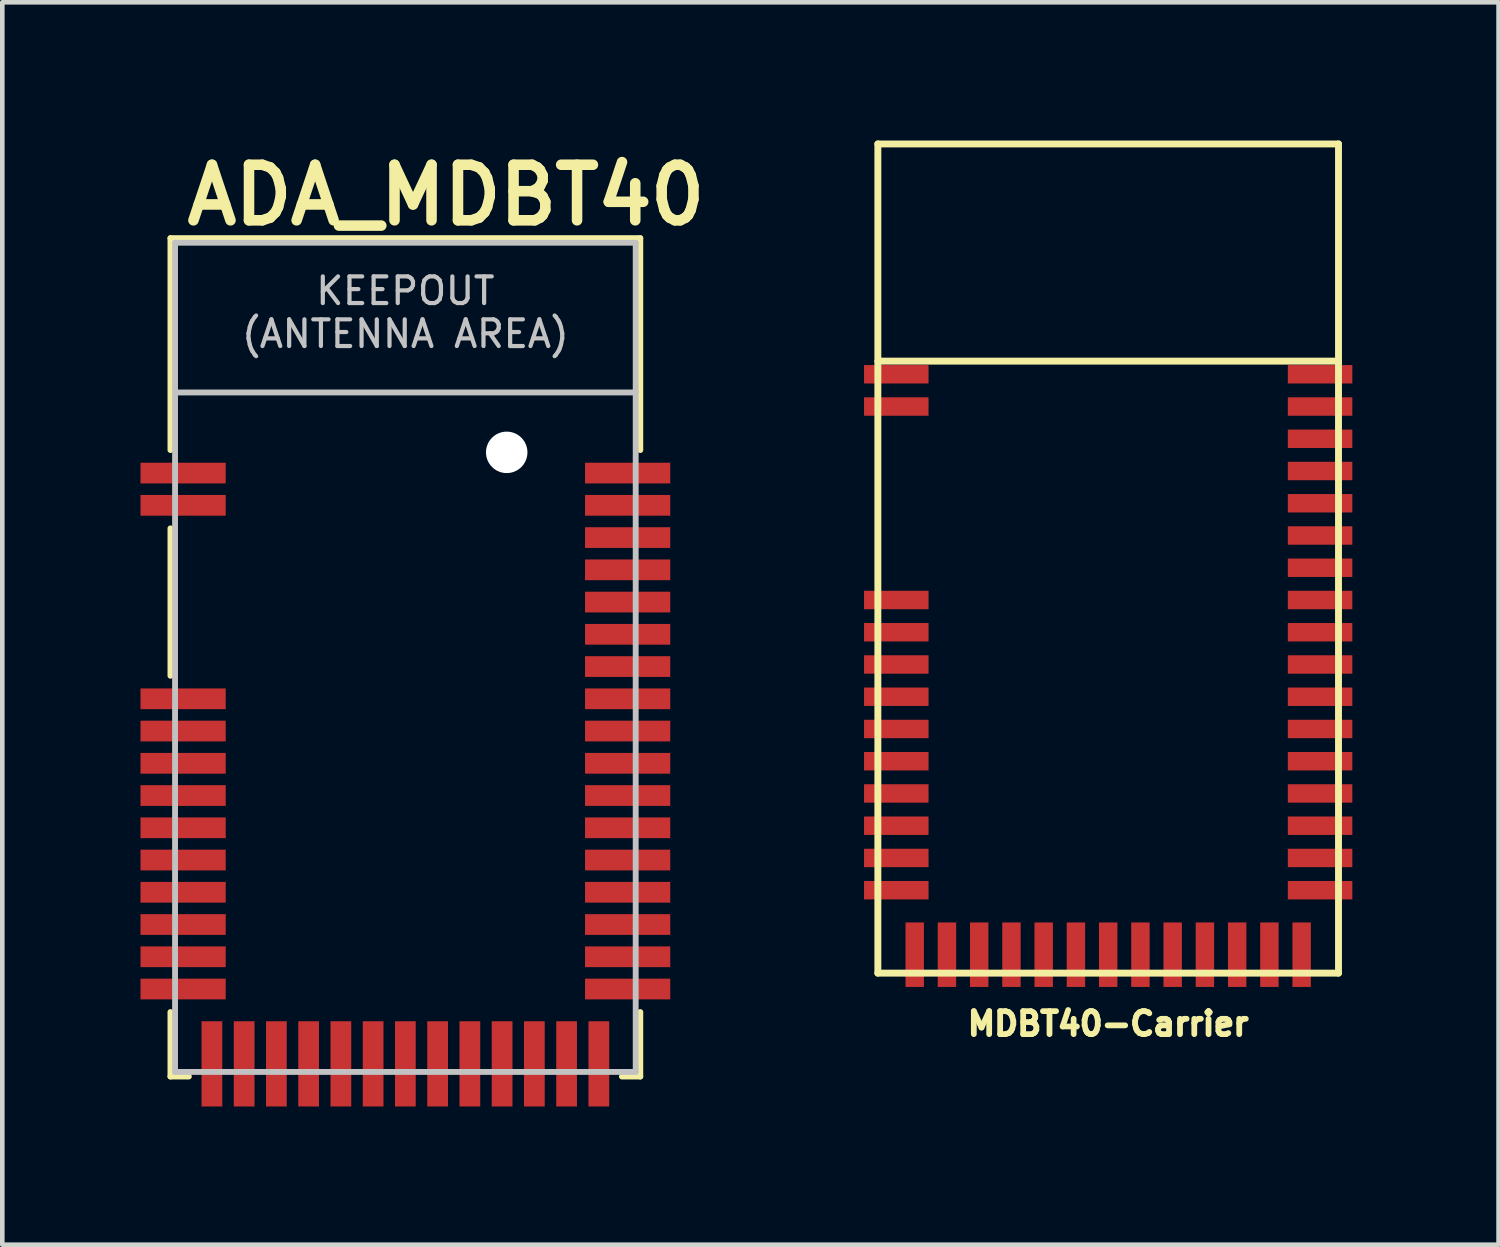
<source format=kicad_pcb>
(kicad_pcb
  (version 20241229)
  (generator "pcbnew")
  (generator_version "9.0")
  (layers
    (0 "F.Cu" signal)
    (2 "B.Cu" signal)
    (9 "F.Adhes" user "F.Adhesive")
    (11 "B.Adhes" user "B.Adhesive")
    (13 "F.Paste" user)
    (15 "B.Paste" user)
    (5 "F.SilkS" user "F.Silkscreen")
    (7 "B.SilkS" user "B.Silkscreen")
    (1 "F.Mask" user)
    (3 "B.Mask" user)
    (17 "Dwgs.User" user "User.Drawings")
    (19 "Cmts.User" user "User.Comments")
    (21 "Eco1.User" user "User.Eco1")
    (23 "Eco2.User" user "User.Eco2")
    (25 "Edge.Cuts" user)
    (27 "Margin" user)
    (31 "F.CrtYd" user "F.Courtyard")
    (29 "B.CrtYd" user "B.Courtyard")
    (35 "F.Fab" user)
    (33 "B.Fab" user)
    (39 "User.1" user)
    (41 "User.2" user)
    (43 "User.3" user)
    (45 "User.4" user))
  (footprint "ADA_MDBT40"
    (layer "F.Cu")
    (at 5.75 11.22)
    (property "Reference" "ADA_MDBT40" (at -4.866 -9.328 0) (layer "F.SilkS") (effects (font (size 1.206 1.206) (thickness 0.229)) (justify left bottom)))
    (attr through_hole)
    (fp_line (start -5.1 -9.1) (end 5.1 -9.1) (stroke (width 0.127) (type solid)) (layer "F.SilkS"))
    (fp_line (start -5.1 -4.5) (end -5.1 -9.1) (stroke (width 0.127) (type solid)) (layer "F.SilkS"))
    (fp_line (start -5.1 -2.8) (end -5.1 0.4) (stroke (width 0.127) (type solid)) (layer "F.SilkS"))
    (fp_line (start -5.1 7.7) (end -5.1 9.1) (stroke (width 0.127) (type solid)) (layer "F.SilkS"))
    (fp_line (start -5.1 9.1) (end -4.7 9.1) (stroke (width 0.127) (type solid)) (layer "F.SilkS"))
    (fp_line (start 4.7 9.1) (end 5.1 9.1) (stroke (width 0.127) (type solid)) (layer "F.SilkS"))
    (fp_line (start 5.1 -9.1) (end 5.1 -4.5) (stroke (width 0.127) (type solid)) (layer "F.SilkS"))
    (fp_line (start 5.1 9.1) (end 5.1 7.7) (stroke (width 0.127) (type solid)) (layer "F.SilkS"))
    (fp_line (start -5 -9) (end 5 -9) (stroke (width 0.127) (type solid)) (layer "Dwgs.User"))
    (fp_line (start -5 -5.75) (end -5 -9) (stroke (width 0.127) (type solid)) (layer "Dwgs.User"))
    (fp_line (start -5 -5.75) (end 5 -5.75) (stroke (width 0.127) (type solid)) (layer "Dwgs.User"))
    (fp_line (start -5 9) (end -5 -5.75) (stroke (width 0.127) (type solid)) (layer "Dwgs.User"))
    (fp_line (start 5 -9) (end 5 -5.75) (stroke (width 0.127) (type solid)) (layer "Dwgs.User"))
    (fp_line (start 5 -5.75) (end 5 9) (stroke (width 0.127) (type solid)) (layer "Dwgs.User"))
    (fp_line (start 5 9) (end -5 9) (stroke (width 0.127) (type solid)) (layer "Dwgs.User"))
    (fp_text user "KEEPOUT\n(ANTENNA AREA)" (at 0 -7.488 0) (layer "Dwgs.User") (effects (font (size 0.579 0.579) (thickness 0.091))))
    (pad "" np_thru_hole circle (at 2.2 -4.45) (size 0.9 0.9) (drill 0.9) (layers "*.Cu"))
    (pad "1" smd rect (at -4.825 -4) (size 1.85 0.45) (layers "F.Cu" "F.Mask" "F.Paste"))
    (pad "2" smd rect (at -4.825 -3.3) (size 1.85 0.45) (layers "F.Cu" "F.Mask" "F.Paste"))
    (pad "3" smd rect (at -4.825 0.9) (size 1.85 0.45) (layers "F.Cu" "F.Mask" "F.Paste"))
    (pad "4" smd rect (at -4.825 1.6) (size 1.85 0.45) (layers "F.Cu" "F.Mask" "F.Paste"))
    (pad "5" smd rect (at -4.825 2.3) (size 1.85 0.45) (layers "F.Cu" "F.Mask" "F.Paste"))
    (pad "6" smd rect (at -4.825 3) (size 1.85 0.45) (layers "F.Cu" "F.Mask" "F.Paste"))
    (pad "7" smd rect (at -4.825 3.7) (size 1.85 0.45) (layers "F.Cu" "F.Mask" "F.Paste"))
    (pad "8" smd rect (at -4.825 4.4) (size 1.85 0.45) (layers "F.Cu" "F.Mask" "F.Paste"))
    (pad "9" smd rect (at -4.825 5.1) (size 1.85 0.45) (layers "F.Cu" "F.Mask" "F.Paste"))
    (pad "10" smd rect (at -4.825 5.8) (size 1.85 0.45) (layers "F.Cu" "F.Mask" "F.Paste"))
    (pad "11" smd rect (at -4.825 6.5) (size 1.85 0.45) (layers "F.Cu" "F.Mask" "F.Paste"))
    (pad "12" smd rect (at -4.825 7.2) (size 1.85 0.45) (layers "F.Cu" "F.Mask" "F.Paste"))
    (pad "13" smd rect (at -4.2 8.825 90) (size 1.85 0.45) (layers "F.Cu" "F.Mask" "F.Paste"))
    (pad "14" smd rect (at -3.5 8.825 90) (size 1.85 0.45) (layers "F.Cu" "F.Mask" "F.Paste"))
    (pad "15" smd rect (at -2.8 8.825 90) (size 1.85 0.45) (layers "F.Cu" "F.Mask" "F.Paste"))
    (pad "16" smd rect (at -2.1 8.825 90) (size 1.85 0.45) (layers "F.Cu" "F.Mask" "F.Paste"))
    (pad "17" smd rect (at -1.4 8.825 90) (size 1.85 0.45) (layers "F.Cu" "F.Mask" "F.Paste"))
    (pad "18" smd rect (at -0.7 8.825 90) (size 1.85 0.45) (layers "F.Cu" "F.Mask" "F.Paste"))
    (pad "19" smd rect (at 0 8.825 90) (size 1.85 0.45) (layers "F.Cu" "F.Mask" "F.Paste"))
    (pad "20" smd rect (at 0.7 8.825 90) (size 1.85 0.45) (layers "F.Cu" "F.Mask" "F.Paste"))
    (pad "21" smd rect (at 1.4 8.825 90) (size 1.85 0.45) (layers "F.Cu" "F.Mask" "F.Paste"))
    (pad "22" smd rect (at 2.1 8.825 90) (size 1.85 0.45) (layers "F.Cu" "F.Mask" "F.Paste"))
    (pad "23" smd rect (at 2.8 8.825 90) (size 1.85 0.45) (layers "F.Cu" "F.Mask" "F.Paste"))
    (pad "24" smd rect (at 3.5 8.825 90) (size 1.85 0.45) (layers "F.Cu" "F.Mask" "F.Paste"))
    (pad "25" smd rect (at 4.2 8.825 90) (size 1.85 0.45) (layers "F.Cu" "F.Mask" "F.Paste"))
    (pad "26" smd rect (at 4.825 7.2) (size 1.85 0.45) (layers "F.Cu" "F.Mask" "F.Paste"))
    (pad "27" smd rect (at 4.825 6.5) (size 1.85 0.45) (layers "F.Cu" "F.Mask" "F.Paste"))
    (pad "28" smd rect (at 4.825 5.8) (size 1.85 0.45) (layers "F.Cu" "F.Mask" "F.Paste"))
    (pad "29" smd rect (at 4.825 5.1) (size 1.85 0.45) (layers "F.Cu" "F.Mask" "F.Paste"))
    (pad "30" smd rect (at 4.825 4.4) (size 1.85 0.45) (layers "F.Cu" "F.Mask" "F.Paste"))
    (pad "31" smd rect (at 4.825 3.7) (size 1.85 0.45) (layers "F.Cu" "F.Mask" "F.Paste"))
    (pad "32" smd rect (at 4.825 3) (size 1.85 0.45) (layers "F.Cu" "F.Mask" "F.Paste"))
    (pad "33" smd rect (at 4.825 2.3) (size 1.85 0.45) (layers "F.Cu" "F.Mask" "F.Paste"))
    (pad "34" smd rect (at 4.825 1.6) (size 1.85 0.45) (layers "F.Cu" "F.Mask" "F.Paste"))
    (pad "35" smd rect (at 4.825 0.9) (size 1.85 0.45) (layers "F.Cu" "F.Mask" "F.Paste"))
    (pad "36" smd rect (at 4.825 0.2) (size 1.85 0.45) (layers "F.Cu" "F.Mask" "F.Paste"))
    (pad "37" smd rect (at 4.825 -0.5) (size 1.85 0.45) (layers "F.Cu" "F.Mask" "F.Paste"))
    (pad "38" smd rect (at 4.825 -1.2) (size 1.85 0.45) (layers "F.Cu" "F.Mask" "F.Paste"))
    (pad "39" smd rect (at 4.825 -1.9) (size 1.85 0.45) (layers "F.Cu" "F.Mask" "F.Paste"))
    (pad "40" smd rect (at 4.825 -2.6) (size 1.85 0.45) (layers "F.Cu" "F.Mask" "F.Paste"))
    (pad "41" smd rect (at 4.825 -3.3) (size 1.85 0.45) (layers "F.Cu" "F.Mask" "F.Paste"))
    (pad "42" smd rect (at 4.825 -4) (size 1.85 0.45) (layers "F.Cu" "F.Mask" "F.Paste")))
  (footprint "MDBT40-Carrier"
    (layer "F.Cu")
    (at 21.007 9.075)
    (property "Reference" "MDBT40-Carrier" (at 0 10.1 0) (layer "F.SilkS") (effects (font (size 0.5 0.5) (thickness 0.125))))
    (attr through_hole)
    (fp_line (start -5 -9) (end -5 9) (stroke (width 0.15) (type solid)) (layer "F.SilkS"))
    (fp_line (start -5 -9) (end 5 -9) (stroke (width 0.15) (type solid)) (layer "F.SilkS"))
    (fp_line (start -5 -4.285) (end 5 -4.285) (stroke (width 0.15) (type solid)) (layer "F.SilkS"))
    (fp_line (start -5 9) (end 5 9) (stroke (width 0.15) (type solid)) (layer "F.SilkS"))
    (fp_line (start 5 -9) (end 5 9) (stroke (width 0.15) (type solid)) (layer "F.SilkS"))
    (fp_line (start -5.4 -9) (end -5.4 -4.3) (stroke (width 0.15) (type solid)) (layer "Eco2.User"))
    (fp_line (start -5.4 -9) (end 5.4 -9) (stroke (width 0.15) (type solid)) (layer "Eco2.User"))
    (fp_line (start -5.4 -4.3) (end 5.4 -4.3) (stroke (width 0.15) (type solid)) (layer "Eco2.User"))
    (fp_line (start -0.7 -4.3) (end -0.7 -2.4) (stroke (width 0.15) (type solid)) (layer "Eco2.User"))
    (fp_line (start -0.7 -2.4) (end 1.7 -2.4) (stroke (width 0.15) (type solid)) (layer "Eco2.User"))
    (fp_line (start 1.7 -2.4) (end 1.9 -2.4) (stroke (width 0.15) (type solid)) (layer "Eco2.User"))
    (fp_line (start 1.9 -2.4) (end 1.9 -4.2) (stroke (width 0.15) (type solid)) (layer "Eco2.User"))
    (fp_line (start 5.4 -4.3) (end 5.4 -9) (stroke (width 0.15) (type solid)) (layer "Eco2.User"))
    (fp_text user "NO GROUND" (at 0 -6.6 0) (layer "Eco2.User") (effects (font (size 1 1) (thickness 0.15))))
    (fp_text user "NO Top GND" (at 0.6 -3.3 0) (layer "Eco2.User") (effects (font (size 0.2 0.2) (thickness 0.032))))
    (pad "1" smd rect (at -4.6 -4) (size 1.4 0.4) (layers "F.Cu" "F.Mask" "F.Paste"))
    (pad "2" smd rect (at -4.6 -3.3) (size 1.4 0.4) (layers "F.Cu" "F.Mask" "F.Paste"))
    (pad "3" smd rect (at -4.6 0.9) (size 1.4 0.4) (layers "F.Cu" "F.Mask" "F.Paste"))
    (pad "4" smd rect (at -4.6 1.6) (size 1.4 0.4) (layers "F.Cu" "F.Mask" "F.Paste"))
    (pad "5" smd rect (at -4.6 2.3) (size 1.4 0.4) (layers "F.Cu" "F.Mask" "F.Paste"))
    (pad "6" smd rect (at -4.6 3) (size 1.4 0.4) (layers "F.Cu" "F.Mask" "F.Paste"))
    (pad "7" smd rect (at -4.6 3.7) (size 1.4 0.4) (layers "F.Cu" "F.Mask" "F.Paste"))
    (pad "8" smd rect (at -4.6 4.4) (size 1.4 0.4) (layers "F.Cu" "F.Mask" "F.Paste"))
    (pad "9" smd rect (at -4.6 5.1) (size 1.4 0.4) (layers "F.Cu" "F.Mask" "F.Paste"))
    (pad "10" smd rect (at -4.6 5.8) (size 1.4 0.4) (layers "F.Cu" "F.Mask" "F.Paste"))
    (pad "11" smd rect (at -4.6 6.5) (size 1.4 0.4) (layers "F.Cu" "F.Mask" "F.Paste"))
    (pad "12" smd rect (at -4.6 7.2) (size 1.4 0.4) (layers "F.Cu" "F.Mask" "F.Paste"))
    (pad "13" smd rect (at -4.2 8.6) (size 0.4 1.4) (layers "F.Cu" "F.Mask" "F.Paste"))
    (pad "14" smd rect (at -3.5 8.6) (size 0.4 1.4) (layers "F.Cu" "F.Mask" "F.Paste"))
    (pad "15" smd rect (at -2.8 8.6) (size 0.4 1.4) (layers "F.Cu" "F.Mask" "F.Paste"))
    (pad "16" smd rect (at -2.1 8.6) (size 0.4 1.4) (layers "F.Cu" "F.Mask" "F.Paste"))
    (pad "17" smd rect (at -1.4 8.6) (size 0.4 1.4) (layers "F.Cu" "F.Mask" "F.Paste"))
    (pad "18" smd rect (at -0.7 8.6) (size 0.4 1.4) (layers "F.Cu" "F.Mask" "F.Paste"))
    (pad "19" smd rect (at 0 8.6) (size 0.4 1.4) (layers "F.Cu" "F.Mask" "F.Paste"))
    (pad "20" smd rect (at 0.7 8.6) (size 0.4 1.4) (layers "F.Cu" "F.Mask" "F.Paste"))
    (pad "21" smd rect (at 1.4 8.6) (size 0.4 1.4) (layers "F.Cu" "F.Mask" "F.Paste"))
    (pad "22" smd rect (at 2.1 8.6) (size 0.4 1.4) (layers "F.Cu" "F.Mask" "F.Paste"))
    (pad "23" smd rect (at 2.8 8.6) (size 0.4 1.4) (layers "F.Cu" "F.Mask" "F.Paste"))
    (pad "24" smd rect (at 3.5 8.6) (size 0.4 1.4) (layers "F.Cu" "F.Mask" "F.Paste"))
    (pad "25" smd rect (at 4.2 8.6) (size 0.4 1.4) (layers "F.Cu" "F.Mask" "F.Paste"))
    (pad "26" smd rect (at 4.6 7.2) (size 1.4 0.4) (layers "F.Cu" "F.Mask" "F.Paste"))
    (pad "27" smd rect (at 4.6 6.5) (size 1.4 0.4) (layers "F.Cu" "F.Mask" "F.Paste"))
    (pad "28" smd rect (at 4.6 5.8) (size 1.4 0.4) (layers "F.Cu" "F.Mask" "F.Paste"))
    (pad "29" smd rect (at 4.6 5.1) (size 1.4 0.4) (layers "F.Cu" "F.Mask" "F.Paste"))
    (pad "30" smd rect (at 4.6 4.4) (size 1.4 0.4) (layers "F.Cu" "F.Mask" "F.Paste"))
    (pad "31" smd rect (at 4.6 3.7) (size 1.4 0.4) (layers "F.Cu" "F.Mask" "F.Paste"))
    (pad "32" smd rect (at 4.6 3) (size 1.4 0.4) (layers "F.Cu" "F.Mask" "F.Paste"))
    (pad "33" smd rect (at 4.6 2.3) (size 1.4 0.4) (layers "F.Cu" "F.Mask" "F.Paste"))
    (pad "34" smd rect (at 4.6 1.6) (size 1.4 0.4) (layers "F.Cu" "F.Mask" "F.Paste"))
    (pad "35" smd rect (at 4.6 0.9) (size 1.4 0.4) (layers "F.Cu" "F.Mask" "F.Paste"))
    (pad "36" smd rect (at 4.6 0.2) (size 1.4 0.4) (layers "F.Cu" "F.Mask" "F.Paste"))
    (pad "37" smd rect (at 4.6 -0.5) (size 1.4 0.4) (layers "F.Cu" "F.Mask" "F.Paste"))
    (pad "38" smd rect (at 4.6 -1.2) (size 1.4 0.4) (layers "F.Cu" "F.Mask" "F.Paste"))
    (pad "39" smd rect (at 4.6 -1.9) (size 1.4 0.4) (layers "F.Cu" "F.Mask" "F.Paste"))
    (pad "40" smd rect (at 4.6 -2.6) (size 1.4 0.4) (layers "F.Cu" "F.Mask" "F.Paste"))
    (pad "41" smd rect (at 4.6 -3.3) (size 1.4 0.4) (layers "F.Cu" "F.Mask" "F.Paste"))
    (pad "42" smd rect (at 4.6 -4) (size 1.4 0.4) (layers "F.Cu" "F.Mask" "F.Paste")))
  (gr_rect
    (start -3 -3)
    (end 29.482 23.97)
    (stroke (width 0.1) (type default))
    (fill no)
    (layer "Edge.Cuts")))
</source>
